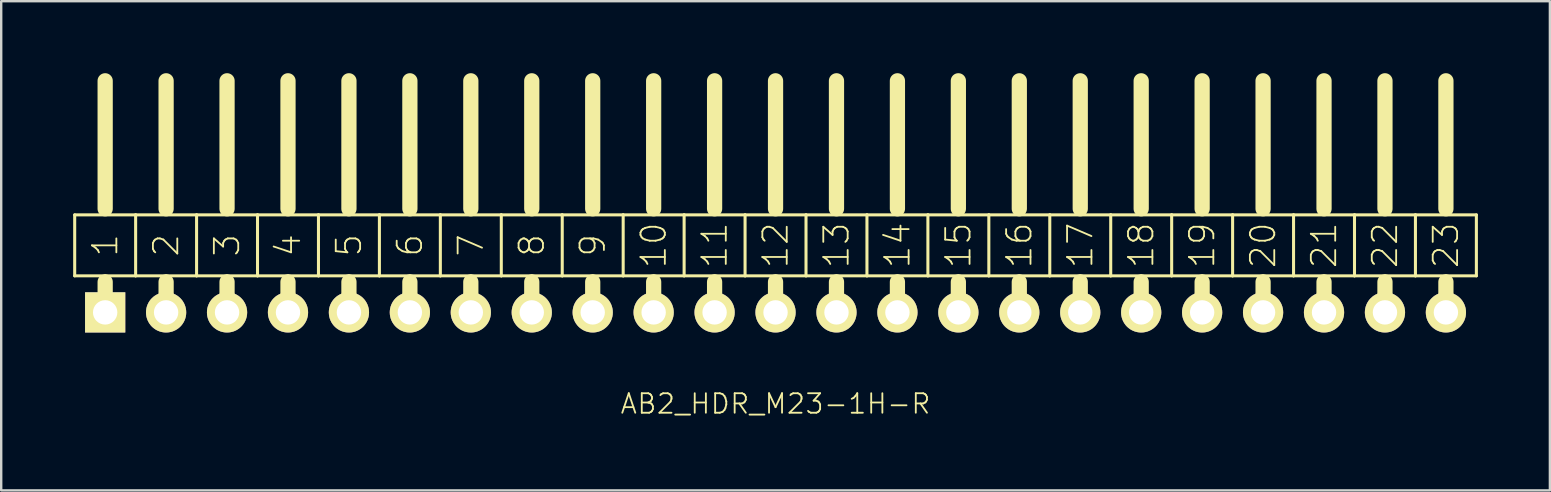
<source format=kicad_pcb>
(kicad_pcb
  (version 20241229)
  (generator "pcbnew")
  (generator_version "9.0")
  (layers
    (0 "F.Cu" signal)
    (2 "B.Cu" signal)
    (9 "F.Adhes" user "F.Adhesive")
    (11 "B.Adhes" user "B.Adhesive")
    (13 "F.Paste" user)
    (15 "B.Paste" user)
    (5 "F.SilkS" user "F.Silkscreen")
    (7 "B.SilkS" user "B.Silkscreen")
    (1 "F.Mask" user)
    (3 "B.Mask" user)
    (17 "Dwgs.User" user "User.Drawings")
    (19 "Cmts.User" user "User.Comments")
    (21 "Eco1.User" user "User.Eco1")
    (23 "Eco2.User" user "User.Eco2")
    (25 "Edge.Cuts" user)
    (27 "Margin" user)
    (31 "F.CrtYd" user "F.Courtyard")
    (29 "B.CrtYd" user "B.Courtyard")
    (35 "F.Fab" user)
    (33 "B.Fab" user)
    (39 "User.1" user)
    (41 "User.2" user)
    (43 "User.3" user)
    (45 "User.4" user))
  (footprint "AB2_HDR_M23-1H-R"
    (layer "F.Cu")
    (at 29.273 9.97)
    (property "Reference" "AB2_HDR_M23-1H-R" (at 0 3.81 0) (layer "F.SilkS") (effects (font (size 0.813 0.813) (thickness 0.076))))
    (attr through_hole)
    (fp_line (start -29.21 -4.064) (end -29.21 -1.524) (stroke (width 0.127) (type solid)) (layer "F.SilkS"))
    (fp_line (start -29.21 -1.524) (end -27.94 -1.524) (stroke (width 0.127) (type solid)) (layer "F.SilkS"))
    (fp_line (start -27.94 -4.318) (end -27.94 -9.652) (stroke (width 0.635) (type solid)) (layer "F.SilkS"))
    (fp_line (start -27.94 -1.524) (end -26.67 -1.524) (stroke (width 0.127) (type solid)) (layer "F.SilkS"))
    (fp_line (start -27.94 -1.27) (end -27.94 0) (stroke (width 0.635) (type solid)) (layer "F.SilkS"))
    (fp_line (start -26.67 -4.064) (end -29.21 -4.064) (stroke (width 0.127) (type solid)) (layer "F.SilkS"))
    (fp_line (start -26.67 -1.524) (end -26.67 -4.064) (stroke (width 0.127) (type solid)) (layer "F.SilkS"))
    (fp_line (start -26.67 -1.524) (end -25.4 -1.524) (stroke (width 0.127) (type solid)) (layer "F.SilkS"))
    (fp_line (start -25.4 -4.318) (end -25.4 -9.652) (stroke (width 0.635) (type solid)) (layer "F.SilkS"))
    (fp_line (start -25.4 -1.524) (end -24.13 -1.524) (stroke (width 0.127) (type solid)) (layer "F.SilkS"))
    (fp_line (start -25.4 -1.27) (end -25.4 0) (stroke (width 0.635) (type solid)) (layer "F.SilkS"))
    (fp_line (start -24.13 -4.064) (end -26.67 -4.064) (stroke (width 0.127) (type solid)) (layer "F.SilkS"))
    (fp_line (start -24.13 -1.524) (end -24.13 -4.064) (stroke (width 0.127) (type solid)) (layer "F.SilkS"))
    (fp_line (start -24.13 -1.524) (end -22.86 -1.524) (stroke (width 0.127) (type solid)) (layer "F.SilkS"))
    (fp_line (start -22.86 -4.318) (end -22.86 -9.652) (stroke (width 0.635) (type solid)) (layer "F.SilkS"))
    (fp_line (start -22.86 -1.524) (end -21.59 -1.524) (stroke (width 0.127) (type solid)) (layer "F.SilkS"))
    (fp_line (start -22.86 -1.27) (end -22.86 0) (stroke (width 0.635) (type solid)) (layer "F.SilkS"))
    (fp_line (start -21.59 -4.064) (end -24.13 -4.064) (stroke (width 0.127) (type solid)) (layer "F.SilkS"))
    (fp_line (start -21.59 -1.524) (end -21.59 -4.064) (stroke (width 0.127) (type solid)) (layer "F.SilkS"))
    (fp_line (start -21.59 -1.524) (end -20.32 -1.524) (stroke (width 0.127) (type solid)) (layer "F.SilkS"))
    (fp_line (start -20.32 -4.318) (end -20.32 -9.652) (stroke (width 0.635) (type solid)) (layer "F.SilkS"))
    (fp_line (start -20.32 -1.524) (end -19.05 -1.524) (stroke (width 0.127) (type solid)) (layer "F.SilkS"))
    (fp_line (start -20.32 -1.27) (end -20.32 0) (stroke (width 0.635) (type solid)) (layer "F.SilkS"))
    (fp_line (start -19.05 -4.064) (end -21.59 -4.064) (stroke (width 0.127) (type solid)) (layer "F.SilkS"))
    (fp_line (start -19.05 -1.524) (end -19.05 -4.064) (stroke (width 0.127) (type solid)) (layer "F.SilkS"))
    (fp_line (start -19.05 -1.524) (end -17.78 -1.524) (stroke (width 0.127) (type solid)) (layer "F.SilkS"))
    (fp_line (start -17.78 -4.318) (end -17.78 -9.652) (stroke (width 0.635) (type solid)) (layer "F.SilkS"))
    (fp_line (start -17.78 -1.524) (end -16.51 -1.524) (stroke (width 0.127) (type solid)) (layer "F.SilkS"))
    (fp_line (start -17.78 -1.27) (end -17.78 0) (stroke (width 0.635) (type solid)) (layer "F.SilkS"))
    (fp_line (start -16.51 -4.064) (end -19.05 -4.064) (stroke (width 0.127) (type solid)) (layer "F.SilkS"))
    (fp_line (start -16.51 -1.524) (end -16.51 -4.064) (stroke (width 0.127) (type solid)) (layer "F.SilkS"))
    (fp_line (start -16.51 -1.524) (end -15.24 -1.524) (stroke (width 0.127) (type solid)) (layer "F.SilkS"))
    (fp_line (start -15.24 -4.318) (end -15.24 -9.652) (stroke (width 0.635) (type solid)) (layer "F.SilkS"))
    (fp_line (start -15.24 -1.524) (end -13.97 -1.524) (stroke (width 0.127) (type solid)) (layer "F.SilkS"))
    (fp_line (start -15.24 -1.27) (end -15.24 0) (stroke (width 0.635) (type solid)) (layer "F.SilkS"))
    (fp_line (start -13.97 -4.064) (end -16.51 -4.064) (stroke (width 0.127) (type solid)) (layer "F.SilkS"))
    (fp_line (start -13.97 -1.524) (end -13.97 -4.064) (stroke (width 0.127) (type solid)) (layer "F.SilkS"))
    (fp_line (start -13.97 -1.524) (end -12.7 -1.524) (stroke (width 0.127) (type solid)) (layer "F.SilkS"))
    (fp_line (start -12.7 -4.318) (end -12.7 -9.652) (stroke (width 0.635) (type solid)) (layer "F.SilkS"))
    (fp_line (start -12.7 -1.524) (end -11.43 -1.524) (stroke (width 0.127) (type solid)) (layer "F.SilkS"))
    (fp_line (start -12.7 -1.27) (end -12.7 0) (stroke (width 0.635) (type solid)) (layer "F.SilkS"))
    (fp_line (start -11.43 -4.064) (end -13.97 -4.064) (stroke (width 0.127) (type solid)) (layer "F.SilkS"))
    (fp_line (start -11.43 -1.524) (end -11.43 -4.064) (stroke (width 0.127) (type solid)) (layer "F.SilkS"))
    (fp_line (start -11.43 -1.524) (end -10.16 -1.524) (stroke (width 0.127) (type solid)) (layer "F.SilkS"))
    (fp_line (start -10.16 -4.318) (end -10.16 -9.652) (stroke (width 0.635) (type solid)) (layer "F.SilkS"))
    (fp_line (start -10.16 -1.524) (end -8.89 -1.524) (stroke (width 0.127) (type solid)) (layer "F.SilkS"))
    (fp_line (start -10.16 -1.27) (end -10.16 0) (stroke (width 0.635) (type solid)) (layer "F.SilkS"))
    (fp_line (start -8.89 -4.064) (end -11.43 -4.064) (stroke (width 0.127) (type solid)) (layer "F.SilkS"))
    (fp_line (start -8.89 -1.524) (end -8.89 -4.064) (stroke (width 0.127) (type solid)) (layer "F.SilkS"))
    (fp_line (start -8.89 -1.524) (end -7.62 -1.524) (stroke (width 0.127) (type solid)) (layer "F.SilkS"))
    (fp_line (start -7.62 -4.318) (end -7.62 -9.652) (stroke (width 0.635) (type solid)) (layer "F.SilkS"))
    (fp_line (start -7.62 -1.524) (end -6.35 -1.524) (stroke (width 0.127) (type solid)) (layer "F.SilkS"))
    (fp_line (start -7.62 -1.27) (end -7.62 0) (stroke (width 0.635) (type solid)) (layer "F.SilkS"))
    (fp_line (start -6.35 -4.064) (end -8.89 -4.064) (stroke (width 0.127) (type solid)) (layer "F.SilkS"))
    (fp_line (start -6.35 -1.524) (end -6.35 -4.064) (stroke (width 0.127) (type solid)) (layer "F.SilkS"))
    (fp_line (start -6.35 -1.524) (end -5.08 -1.524) (stroke (width 0.127) (type solid)) (layer "F.SilkS"))
    (fp_line (start -5.08 -4.318) (end -5.08 -9.652) (stroke (width 0.635) (type solid)) (layer "F.SilkS"))
    (fp_line (start -5.08 -1.524) (end -3.81 -1.524) (stroke (width 0.127) (type solid)) (layer "F.SilkS"))
    (fp_line (start -5.08 -1.27) (end -5.08 0) (stroke (width 0.635) (type solid)) (layer "F.SilkS"))
    (fp_line (start -3.81 -4.064) (end -6.35 -4.064) (stroke (width 0.127) (type solid)) (layer "F.SilkS"))
    (fp_line (start -3.81 -1.524) (end -3.81 -4.064) (stroke (width 0.127) (type solid)) (layer "F.SilkS"))
    (fp_line (start -3.81 -1.524) (end -2.54 -1.524) (stroke (width 0.127) (type solid)) (layer "F.SilkS"))
    (fp_line (start -2.54 -4.318) (end -2.54 -9.652) (stroke (width 0.635) (type solid)) (layer "F.SilkS"))
    (fp_line (start -2.54 -1.524) (end -1.27 -1.524) (stroke (width 0.127) (type solid)) (layer "F.SilkS"))
    (fp_line (start -2.54 -1.27) (end -2.54 0) (stroke (width 0.635) (type solid)) (layer "F.SilkS"))
    (fp_line (start -1.27 -4.064) (end -3.81 -4.064) (stroke (width 0.127) (type solid)) (layer "F.SilkS"))
    (fp_line (start -1.27 -1.524) (end -1.27 -4.064) (stroke (width 0.127) (type solid)) (layer "F.SilkS"))
    (fp_line (start -1.27 -1.524) (end 0 -1.524) (stroke (width 0.127) (type solid)) (layer "F.SilkS"))
    (fp_line (start 0 -4.318) (end 0 -9.652) (stroke (width 0.635) (type solid)) (layer "F.SilkS"))
    (fp_line (start 0 -1.524) (end 1.27 -1.524) (stroke (width 0.127) (type solid)) (layer "F.SilkS"))
    (fp_line (start 0 -1.27) (end 0 0) (stroke (width 0.635) (type solid)) (layer "F.SilkS"))
    (fp_line (start 1.27 -4.064) (end -1.27 -4.064) (stroke (width 0.127) (type solid)) (layer "F.SilkS"))
    (fp_line (start 1.27 -1.524) (end 1.27 -4.064) (stroke (width 0.127) (type solid)) (layer "F.SilkS"))
    (fp_line (start 1.27 -1.524) (end 2.54 -1.524) (stroke (width 0.127) (type solid)) (layer "F.SilkS"))
    (fp_line (start 2.54 -4.318) (end 2.54 -9.652) (stroke (width 0.635) (type solid)) (layer "F.SilkS"))
    (fp_line (start 2.54 -1.524) (end 3.81 -1.524) (stroke (width 0.127) (type solid)) (layer "F.SilkS"))
    (fp_line (start 2.54 -1.27) (end 2.54 0) (stroke (width 0.635) (type solid)) (layer "F.SilkS"))
    (fp_line (start 3.81 -4.064) (end 1.27 -4.064) (stroke (width 0.127) (type solid)) (layer "F.SilkS"))
    (fp_line (start 3.81 -1.524) (end 3.81 -4.064) (stroke (width 0.127) (type solid)) (layer "F.SilkS"))
    (fp_line (start 3.81 -1.524) (end 5.08 -1.524) (stroke (width 0.127) (type solid)) (layer "F.SilkS"))
    (fp_line (start 5.08 -4.318) (end 5.08 -9.652) (stroke (width 0.635) (type solid)) (layer "F.SilkS"))
    (fp_line (start 5.08 -1.524) (end 6.35 -1.524) (stroke (width 0.127) (type solid)) (layer "F.SilkS"))
    (fp_line (start 5.08 -1.27) (end 5.08 0) (stroke (width 0.635) (type solid)) (layer "F.SilkS"))
    (fp_line (start 6.35 -4.064) (end 3.81 -4.064) (stroke (width 0.127) (type solid)) (layer "F.SilkS"))
    (fp_line (start 6.35 -1.524) (end 6.35 -4.064) (stroke (width 0.127) (type solid)) (layer "F.SilkS"))
    (fp_line (start 6.35 -1.524) (end 7.62 -1.524) (stroke (width 0.127) (type solid)) (layer "F.SilkS"))
    (fp_line (start 7.62 -4.318) (end 7.62 -9.652) (stroke (width 0.635) (type solid)) (layer "F.SilkS"))
    (fp_line (start 7.62 -1.524) (end 8.89 -1.524) (stroke (width 0.127) (type solid)) (layer "F.SilkS"))
    (fp_line (start 7.62 -1.27) (end 7.62 0) (stroke (width 0.635) (type solid)) (layer "F.SilkS"))
    (fp_line (start 8.89 -4.064) (end 6.35 -4.064) (stroke (width 0.127) (type solid)) (layer "F.SilkS"))
    (fp_line (start 8.89 -1.524) (end 8.89 -4.064) (stroke (width 0.127) (type solid)) (layer "F.SilkS"))
    (fp_line (start 8.89 -1.524) (end 10.16 -1.524) (stroke (width 0.127) (type solid)) (layer "F.SilkS"))
    (fp_line (start 10.16 -4.318) (end 10.16 -9.652) (stroke (width 0.635) (type solid)) (layer "F.SilkS"))
    (fp_line (start 10.16 -1.524) (end 11.43 -1.524) (stroke (width 0.127) (type solid)) (layer "F.SilkS"))
    (fp_line (start 10.16 -1.27) (end 10.16 0) (stroke (width 0.635) (type solid)) (layer "F.SilkS"))
    (fp_line (start 11.43 -4.064) (end 8.89 -4.064) (stroke (width 0.127) (type solid)) (layer "F.SilkS"))
    (fp_line (start 11.43 -1.524) (end 11.43 -4.064) (stroke (width 0.127) (type solid)) (layer "F.SilkS"))
    (fp_line (start 11.43 -1.524) (end 12.7 -1.524) (stroke (width 0.127) (type solid)) (layer "F.SilkS"))
    (fp_line (start 12.7 -4.318) (end 12.7 -9.652) (stroke (width 0.635) (type solid)) (layer "F.SilkS"))
    (fp_line (start 12.7 -1.524) (end 13.97 -1.524) (stroke (width 0.127) (type solid)) (layer "F.SilkS"))
    (fp_line (start 12.7 -1.27) (end 12.7 0) (stroke (width 0.635) (type solid)) (layer "F.SilkS"))
    (fp_line (start 13.97 -4.064) (end 11.43 -4.064) (stroke (width 0.127) (type solid)) (layer "F.SilkS"))
    (fp_line (start 13.97 -1.524) (end 13.97 -4.064) (stroke (width 0.127) (type solid)) (layer "F.SilkS"))
    (fp_line (start 13.97 -1.524) (end 15.24 -1.524) (stroke (width 0.127) (type solid)) (layer "F.SilkS"))
    (fp_line (start 15.24 -4.318) (end 15.24 -9.652) (stroke (width 0.635) (type solid)) (layer "F.SilkS"))
    (fp_line (start 15.24 -1.524) (end 16.51 -1.524) (stroke (width 0.127) (type solid)) (layer "F.SilkS"))
    (fp_line (start 15.24 -1.27) (end 15.24 0) (stroke (width 0.635) (type solid)) (layer "F.SilkS"))
    (fp_line (start 16.51 -4.064) (end 13.97 -4.064) (stroke (width 0.127) (type solid)) (layer "F.SilkS"))
    (fp_line (start 16.51 -1.524) (end 16.51 -4.064) (stroke (width 0.127) (type solid)) (layer "F.SilkS"))
    (fp_line (start 16.51 -1.524) (end 17.78 -1.524) (stroke (width 0.127) (type solid)) (layer "F.SilkS"))
    (fp_line (start 17.78 -4.318) (end 17.78 -9.652) (stroke (width 0.635) (type solid)) (layer "F.SilkS"))
    (fp_line (start 17.78 -1.524) (end 19.05 -1.524) (stroke (width 0.127) (type solid)) (layer "F.SilkS"))
    (fp_line (start 17.78 -1.27) (end 17.78 0) (stroke (width 0.635) (type solid)) (layer "F.SilkS"))
    (fp_line (start 19.05 -4.064) (end 16.51 -4.064) (stroke (width 0.127) (type solid)) (layer "F.SilkS"))
    (fp_line (start 19.05 -1.524) (end 19.05 -4.064) (stroke (width 0.127) (type solid)) (layer "F.SilkS"))
    (fp_line (start 19.05 -1.524) (end 20.32 -1.524) (stroke (width 0.127) (type solid)) (layer "F.SilkS"))
    (fp_line (start 20.32 -4.318) (end 20.32 -9.652) (stroke (width 0.635) (type solid)) (layer "F.SilkS"))
    (fp_line (start 20.32 -1.524) (end 21.59 -1.524) (stroke (width 0.127) (type solid)) (layer "F.SilkS"))
    (fp_line (start 20.32 -1.27) (end 20.32 0) (stroke (width 0.635) (type solid)) (layer "F.SilkS"))
    (fp_line (start 21.59 -4.064) (end 19.05 -4.064) (stroke (width 0.127) (type solid)) (layer "F.SilkS"))
    (fp_line (start 21.59 -1.524) (end 21.59 -4.064) (stroke (width 0.127) (type solid)) (layer "F.SilkS"))
    (fp_line (start 21.59 -1.524) (end 22.86 -1.524) (stroke (width 0.127) (type solid)) (layer "F.SilkS"))
    (fp_line (start 22.86 -4.318) (end 22.86 -9.652) (stroke (width 0.635) (type solid)) (layer "F.SilkS"))
    (fp_line (start 22.86 -1.524) (end 24.13 -1.524) (stroke (width 0.127) (type solid)) (layer "F.SilkS"))
    (fp_line (start 22.86 -1.27) (end 22.86 0) (stroke (width 0.635) (type solid)) (layer "F.SilkS"))
    (fp_line (start 24.13 -4.064) (end 21.59 -4.064) (stroke (width 0.127) (type solid)) (layer "F.SilkS"))
    (fp_line (start 24.13 -1.524) (end 24.13 -4.064) (stroke (width 0.127) (type solid)) (layer "F.SilkS"))
    (fp_line (start 24.13 -1.524) (end 25.4 -1.524) (stroke (width 0.127) (type solid)) (layer "F.SilkS"))
    (fp_line (start 25.4 -4.318) (end 25.4 -9.652) (stroke (width 0.635) (type solid)) (layer "F.SilkS"))
    (fp_line (start 25.4 -1.524) (end 26.67 -1.524) (stroke (width 0.127) (type solid)) (layer "F.SilkS"))
    (fp_line (start 25.4 -1.27) (end 25.4 0) (stroke (width 0.635) (type solid)) (layer "F.SilkS"))
    (fp_line (start 26.67 -4.064) (end 24.13 -4.064) (stroke (width 0.127) (type solid)) (layer "F.SilkS"))
    (fp_line (start 26.67 -1.524) (end 26.67 -4.064) (stroke (width 0.127) (type solid)) (layer "F.SilkS"))
    (fp_line (start 26.67 -1.524) (end 27.94 -1.524) (stroke (width 0.127) (type solid)) (layer "F.SilkS"))
    (fp_line (start 27.94 -4.318) (end 27.94 -9.652) (stroke (width 0.635) (type solid)) (layer "F.SilkS"))
    (fp_line (start 27.94 -1.524) (end 29.21 -1.524) (stroke (width 0.127) (type solid)) (layer "F.SilkS"))
    (fp_line (start 27.94 -1.27) (end 27.94 0) (stroke (width 0.635) (type solid)) (layer "F.SilkS"))
    (fp_line (start 29.21 -4.064) (end 26.67 -4.064) (stroke (width 0.127) (type solid)) (layer "F.SilkS"))
    (fp_line (start 29.21 -1.524) (end 29.21 -4.064) (stroke (width 0.127) (type solid)) (layer "F.SilkS"))
    (fp_text user "8" (at -10.16 -2.794 90) (layer "F.SilkS") (effects (font (size 1.016 1.016) (thickness 0.076))))
    (fp_text user "15" (at 7.62 -2.794 90) (layer "F.SilkS") (effects (font (size 1.016 1.016) (thickness 0.076))))
    (fp_text user "4" (at -20.32 -2.794 90) (layer "F.SilkS") (effects (font (size 1.016 1.016) (thickness 0.076))))
    (fp_text user "22" (at 25.4 -2.794 90) (layer "F.SilkS") (effects (font (size 1.016 1.016) (thickness 0.076))))
    (fp_text user "7" (at -12.7 -2.794 90) (layer "F.SilkS") (effects (font (size 1.016 1.016) (thickness 0.076))))
    (fp_text user "16" (at 10.16 -2.794 90) (layer "F.SilkS") (effects (font (size 1.016 1.016) (thickness 0.076))))
    (fp_text user "23" (at 27.94 -2.794 90) (layer "F.SilkS") (effects (font (size 1.016 1.016) (thickness 0.076))))
    (fp_text user "11" (at -2.54 -2.794 90) (layer "F.SilkS") (effects (font (size 1.016 1.016) (thickness 0.076))))
    (fp_text user "20" (at 20.32 -2.794 90) (layer "F.SilkS") (effects (font (size 1.016 1.016) (thickness 0.076))))
    (fp_text user "18" (at 15.24 -2.794 90) (layer "F.SilkS") (effects (font (size 1.016 1.016) (thickness 0.076))))
    (fp_text user "3" (at -22.86 -2.794 90) (layer "F.SilkS") (effects (font (size 1.016 1.016) (thickness 0.076))))
    (fp_text user "5" (at -17.78 -2.794 90) (layer "F.SilkS") (effects (font (size 1.016 1.016) (thickness 0.076))))
    (fp_text user "17" (at 12.7 -2.794 90) (layer "F.SilkS") (effects (font (size 1.016 1.016) (thickness 0.076))))
    (fp_text user "19" (at 17.78 -2.794 90) (layer "F.SilkS") (effects (font (size 1.016 1.016) (thickness 0.076))))
    (fp_text user "6" (at -15.24 -2.794 90) (layer "F.SilkS") (effects (font (size 1.016 1.016) (thickness 0.076))))
    (fp_text user "14" (at 5.08 -2.794 90) (layer "F.SilkS") (effects (font (size 1.016 1.016) (thickness 0.076))))
    (fp_text user "10" (at -5.08 -2.794 90) (layer "F.SilkS") (effects (font (size 1.016 1.016) (thickness 0.076))))
    (fp_text user "1" (at -27.94 -2.794 270) (layer "F.SilkS") (effects (font (size 1.016 1.016) (thickness 0.076))))
    (fp_text user "12" (at 0 -2.794 90) (layer "F.SilkS") (effects (font (size 1.016 1.016) (thickness 0.076))))
    (fp_text user "21" (at 22.86 -2.794 90) (layer "F.SilkS") (effects (font (size 1.016 1.016) (thickness 0.076))))
    (fp_text user "9" (at -7.62 -2.794 90) (layer "F.SilkS") (effects (font (size 1.016 1.016) (thickness 0.076))))
    (fp_text user "2" (at -25.4 -2.794 90) (layer "F.SilkS") (effects (font (size 1.016 1.016) (thickness 0.076))))
    (fp_text user "13" (at 2.54 -2.794 90) (layer "F.SilkS") (effects (font (size 1.016 1.016) (thickness 0.076))))
    (pad "1" thru_hole rect (at -27.94 0) (size 1.676 1.676) (drill 1.016) (layers "*.Cu" "*.Mask" "F.SilkS"))
    (pad "2" thru_hole circle (at -25.4 0) (size 1.676 1.676) (drill 1.016) (layers "*.Cu" "*.Mask" "F.SilkS"))
    (pad "3" thru_hole circle (at -22.86 0) (size 1.676 1.676) (drill 1.016) (layers "*.Cu" "*.Mask" "F.SilkS"))
    (pad "4" thru_hole circle (at -20.32 0) (size 1.676 1.676) (drill 1.016) (layers "*.Cu" "*.Mask" "F.SilkS"))
    (pad "5" thru_hole circle (at -17.78 0) (size 1.676 1.676) (drill 1.016) (layers "*.Cu" "*.Mask" "F.SilkS"))
    (pad "6" thru_hole circle (at -15.24 0) (size 1.676 1.676) (drill 1.016) (layers "*.Cu" "*.Mask" "F.SilkS"))
    (pad "7" thru_hole circle (at -12.7 0) (size 1.676 1.676) (drill 1.016) (layers "*.Cu" "*.Mask" "F.SilkS"))
    (pad "8" thru_hole circle (at -10.16 0) (size 1.676 1.676) (drill 1.016) (layers "*.Cu" "*.Mask" "F.SilkS"))
    (pad "9" thru_hole circle (at -7.62 0) (size 1.676 1.676) (drill 1.016) (layers "*.Cu" "*.Mask" "F.SilkS"))
    (pad "10" thru_hole circle (at -5.08 0) (size 1.676 1.676) (drill 1.016) (layers "*.Cu" "*.Mask" "F.SilkS"))
    (pad "11" thru_hole circle (at -2.54 0) (size 1.676 1.676) (drill 1.016) (layers "*.Cu" "*.Mask" "F.SilkS"))
    (pad "12" thru_hole circle (at 0 0) (size 1.676 1.676) (drill 1.016) (layers "*.Cu" "*.Mask" "F.SilkS"))
    (pad "13" thru_hole circle (at 2.54 0) (size 1.676 1.676) (drill 1.016) (layers "*.Cu" "*.Mask" "F.SilkS"))
    (pad "14" thru_hole circle (at 5.08 0) (size 1.676 1.676) (drill 1.016) (layers "*.Cu" "*.Mask" "F.SilkS"))
    (pad "15" thru_hole circle (at 7.62 0) (size 1.676 1.676) (drill 1.016) (layers "*.Cu" "*.Mask" "F.SilkS"))
    (pad "16" thru_hole circle (at 10.16 0) (size 1.676 1.676) (drill 1.016) (layers "*.Cu" "*.Mask" "F.SilkS"))
    (pad "17" thru_hole circle (at 12.7 0) (size 1.676 1.676) (drill 1.016) (layers "*.Cu" "*.Mask" "F.SilkS"))
    (pad "18" thru_hole circle (at 15.24 0) (size 1.676 1.676) (drill 1.016) (layers "*.Cu" "*.Mask" "F.SilkS"))
    (pad "19" thru_hole circle (at 17.78 0) (size 1.676 1.676) (drill 1.016) (layers "*.Cu" "*.Mask" "F.SilkS"))
    (pad "20" thru_hole circle (at 20.32 0) (size 1.676 1.676) (drill 1.016) (layers "*.Cu" "*.Mask" "F.SilkS"))
    (pad "21" thru_hole circle (at 22.86 0) (size 1.676 1.676) (drill 1.016) (layers "*.Cu" "*.Mask" "F.SilkS"))
    (pad "22" thru_hole circle (at 25.4 0) (size 1.676 1.676) (drill 1.016) (layers "*.Cu" "*.Mask" "F.SilkS"))
    (pad "23" thru_hole circle (at 27.94 0) (size 1.676 1.676) (drill 1.016) (layers "*.Cu" "*.Mask" "F.SilkS")))
  (gr_rect
    (start -3 -3)
    (end 61.547 17.389)
    (stroke (width 0.1) (type default))
    (fill no)
    (layer "Edge.Cuts")))
</source>
